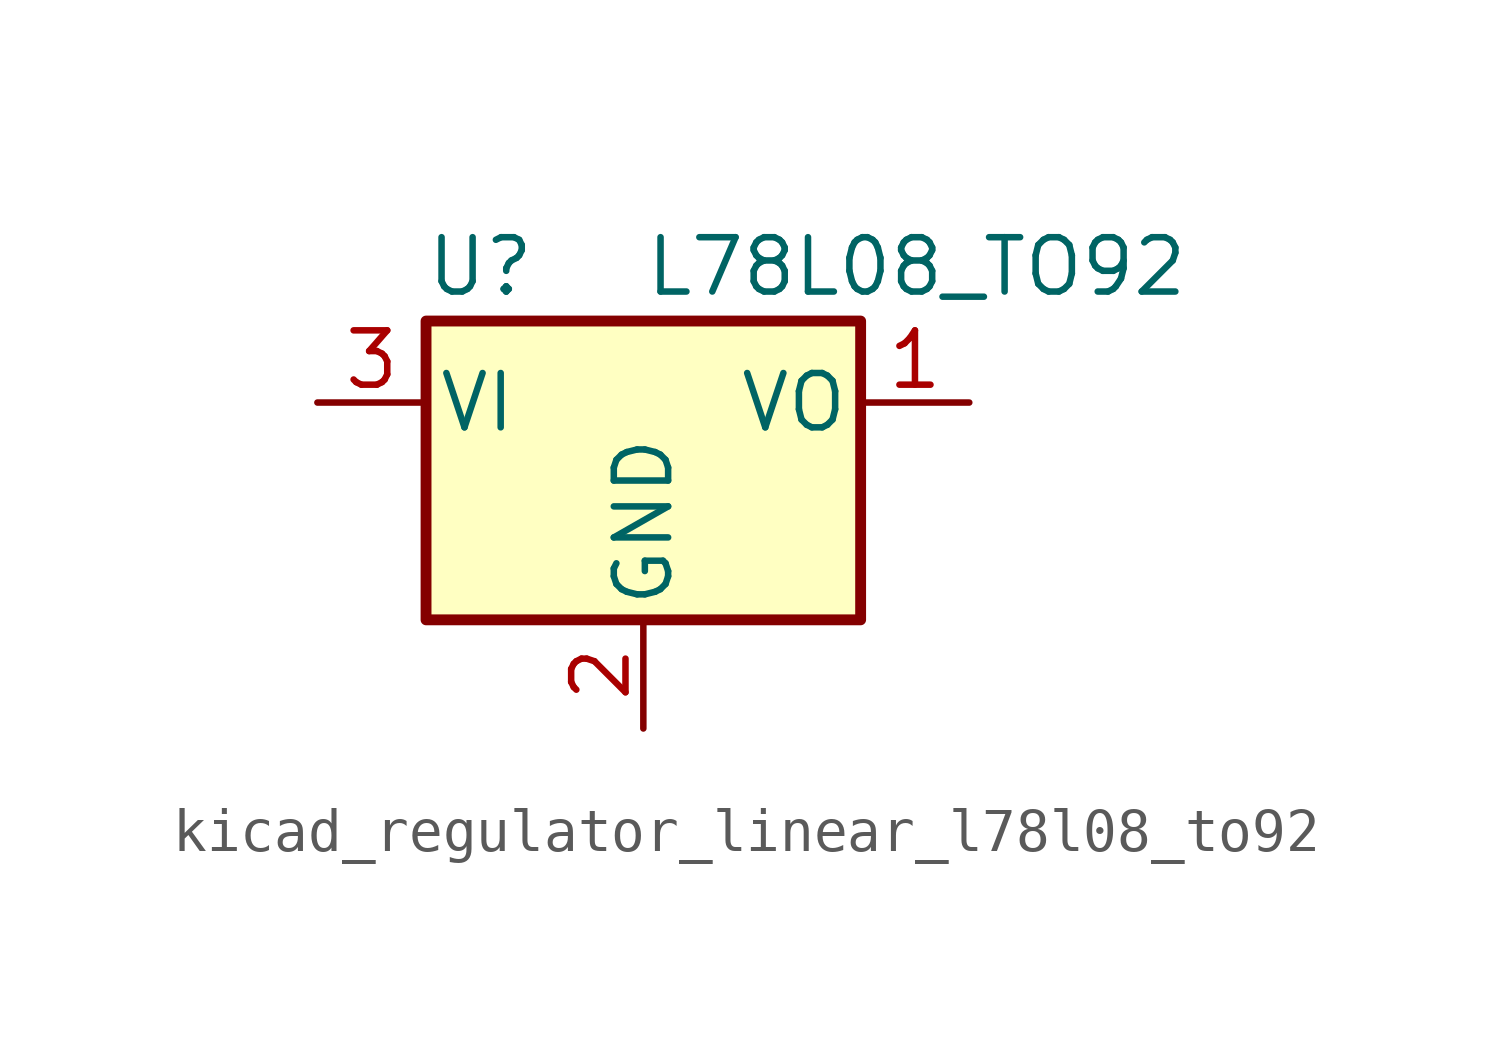
<source format=kicad_sym>
(kicad_symbol_lib
  (version 20220914)
  (generator kicad_symbol_editor)
  (symbol "kicad_regulator_linear_l78l08_to92"
    (pin_names
      (offset 0.254))
    (property "Reference" "U"
      (at -3.81 3.175 0)
      (effects (font (size 1.27 1.27))))
    (property "Value" "L78L08_TO92"
      (at 0 3.175 0)
      (effects (font (size 1.27 1.27)) (justify left)))
    (symbol "kicad_regulator_linear_l78l08_to92_0_1"
      (rectangle (start -5.08 -5.08) (end 5.08 1.905) (stroke (width 0.254) (type default)) (fill (type background))))
    (symbol "kicad_regulator_linear_l78l08_to92_1_1"
      (pin power_out line (at 7.62 0 180) (length 2.54) (name "VO" (effects (font (size 1.27 1.27)))) (number "1" (effects (font (size 1.27 1.27)))))
      (pin power_in line (at 0 -7.62 90) (length 2.54) (name "GND" (effects (font (size 1.27 1.27)))) (number "2" (effects (font (size 1.27 1.27)))))
      (pin power_in line (at -7.62 0 0) (length 2.54) (name "VI" (effects (font (size 1.27 1.27)))) (number "3" (effects (font (size 1.27 1.27))))))))
</source>
